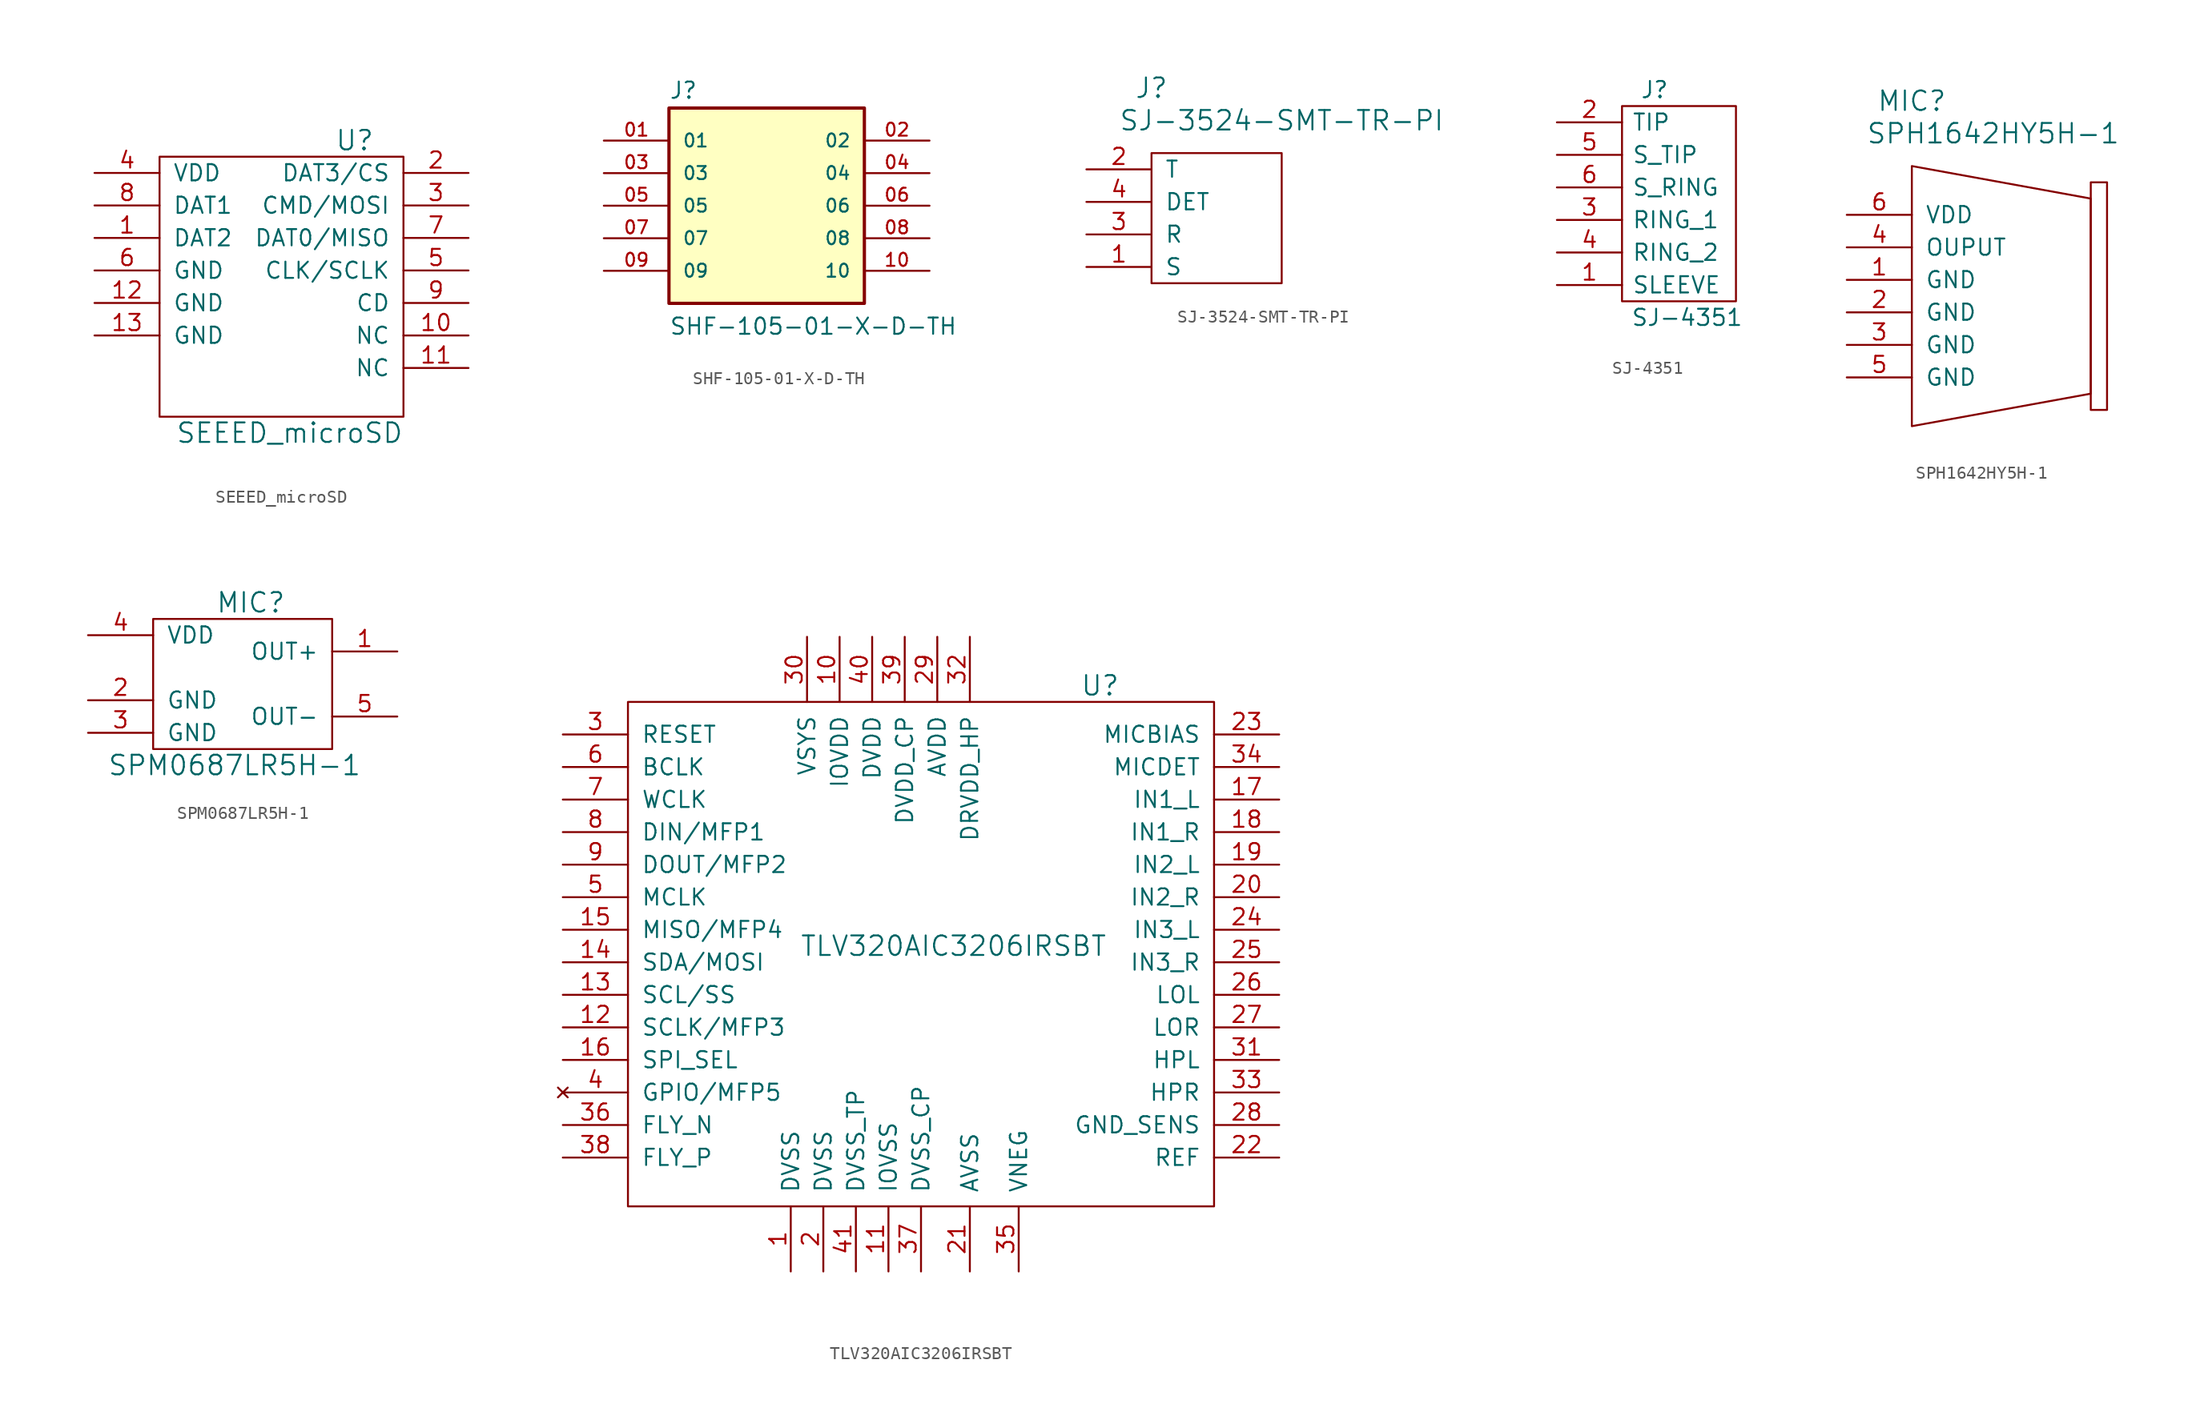
<source format=kicad_sym>
(kicad_symbol_lib
  (version 20220914)
  (generator kicad_symbol_editor)
  (symbol "SEEED_microSD"
    (pin_names
      (offset 1.016))
    (property "Reference" "U"
      (at 2.54 11.43 0)
      (effects (font (size 1.524 1.524))))
    (property "Value" "SEEED_microSD"
      (at -2.54 -11.43 0)
      (effects (font (size 1.524 1.524))))
    (property "Footprint" ""
      (at 6.35 15.24 0)
      (effects (font (size 1.524 1.524))))
    (property "Datasheet" ""
      (at 6.35 15.24 0)
      (effects (font (size 1.524 1.524))))
    (symbol "SEEED_microSD_0_1"
      (rectangle (start -12.7 10.16) (end 6.35 -10.16) (stroke (width 0) (type solid)) (fill (type none))))
    (symbol "SEEED_microSD_1_1"
      (pin input line (at -17.78 3.81 0) (length 5.08) (name "DAT2" (effects (font (size 1.27 1.27)))) (number "1" (effects (font (size 1.27 1.27)))))
      (pin input line (at 11.43 -3.81 180) (length 5.08) (name "NC" (effects (font (size 1.27 1.27)))) (number "10" (effects (font (size 1.27 1.27)))))
      (pin input line (at 11.43 -6.35 180) (length 5.08) (name "NC" (effects (font (size 1.27 1.27)))) (number "11" (effects (font (size 1.27 1.27)))))
      (pin input line (at -17.78 -1.27 0) (length 5.08) (name "GND" (effects (font (size 1.27 1.27)))) (number "12" (effects (font (size 1.27 1.27)))))
      (pin input line (at -17.78 -3.81 0) (length 5.08) (name "GND" (effects (font (size 1.27 1.27)))) (number "13" (effects (font (size 1.27 1.27)))))
      (pin input line (at 11.43 8.89 180) (length 5.08) (name "DAT3/CS" (effects (font (size 1.27 1.27)))) (number "2" (effects (font (size 1.27 1.27)))))
      (pin input line (at 11.43 6.35 180) (length 5.08) (name "CMD/MOSI" (effects (font (size 1.27 1.27)))) (number "3" (effects (font (size 1.27 1.27)))))
      (pin input line (at -17.78 8.89 0) (length 5.08) (name "VDD" (effects (font (size 1.27 1.27)))) (number "4" (effects (font (size 1.27 1.27)))))
      (pin input line (at 11.43 1.27 180) (length 5.08) (name "CLK/SCLK" (effects (font (size 1.27 1.27)))) (number "5" (effects (font (size 1.27 1.27)))))
      (pin input line (at -17.78 1.27 0) (length 5.08) (name "GND" (effects (font (size 1.27 1.27)))) (number "6" (effects (font (size 1.27 1.27)))))
      (pin input line (at 11.43 3.81 180) (length 5.08) (name "DAT0/MISO" (effects (font (size 1.27 1.27)))) (number "7" (effects (font (size 1.27 1.27)))))
      (pin input line (at -17.78 6.35 0) (length 5.08) (name "DAT1" (effects (font (size 1.27 1.27)))) (number "8" (effects (font (size 1.27 1.27)))))
      (pin input line (at 11.43 -1.27 180) (length 5.08) (name "CD" (effects (font (size 1.27 1.27)))) (number "9" (effects (font (size 1.27 1.27)))))))
  (symbol "SHF-105-01-X-D-TH"
    (pin_names
      (offset 1.016))
    (property "Reference" "J"
      (at -7.62 8.255 0)
      (effects (font (size 1.27 1.27)) (justify left bottom)))
    (property "Value" "SHF-105-01-X-D-TH"
      (at -7.62 -10.16 0)
      (effects (font (size 1.27 1.27)) (justify left bottom)))
    (symbol "SHF-105-01-X-D-TH_0_0"
      (rectangle (start -7.62 -7.62) (end 7.62 7.62) (stroke (width 0.254) (type default)) (fill (type background)))
      (pin passive line (at -12.7 5.08 0) (length 5.08) (name "01" (effects (font (size 1.016 1.016)))) (number "01" (effects (font (size 1.016 1.016)))))
      (pin passive line (at 12.7 5.08 180) (length 5.08) (name "02" (effects (font (size 1.016 1.016)))) (number "02" (effects (font (size 1.016 1.016)))))
      (pin passive line (at -12.7 2.54 0) (length 5.08) (name "03" (effects (font (size 1.016 1.016)))) (number "03" (effects (font (size 1.016 1.016)))))
      (pin passive line (at 12.7 2.54 180) (length 5.08) (name "04" (effects (font (size 1.016 1.016)))) (number "04" (effects (font (size 1.016 1.016)))))
      (pin passive line (at -12.7 0 0) (length 5.08) (name "05" (effects (font (size 1.016 1.016)))) (number "05" (effects (font (size 1.016 1.016)))))
      (pin passive line (at 12.7 0 180) (length 5.08) (name "06" (effects (font (size 1.016 1.016)))) (number "06" (effects (font (size 1.016 1.016)))))
      (pin passive line (at -12.7 -2.54 0) (length 5.08) (name "07" (effects (font (size 1.016 1.016)))) (number "07" (effects (font (size 1.016 1.016)))))
      (pin passive line (at 12.7 -2.54 180) (length 5.08) (name "08" (effects (font (size 1.016 1.016)))) (number "08" (effects (font (size 1.016 1.016)))))
      (pin passive line (at -12.7 -5.08 0) (length 5.08) (name "09" (effects (font (size 1.016 1.016)))) (number "09" (effects (font (size 1.016 1.016)))))
      (pin passive line (at 12.7 -5.08 180) (length 5.08) (name "10" (effects (font (size 1.016 1.016)))) (number "10" (effects (font (size 1.016 1.016)))))))
  (symbol "SJ-3524-SMT-TR-PI"
    (pin_names
      (offset 1.016))
    (property "Reference" "J"
      (at -10.16 11.43 0)
      (effects (font (size 1.524 1.524))))
    (property "Value" "SJ-3524-SMT-TR-PI"
      (at 0 8.89 0)
      (effects (font (size 1.524 1.524))))
    (property "Footprint" ""
      (at 0 0 0)
      (effects (font (size 1.524 1.524))))
    (property "Datasheet" ""
      (at 0 0 0)
      (effects (font (size 1.524 1.524))))
    (symbol "SJ-3524-SMT-TR-PI_0_1"
      (rectangle (start -10.16 6.35) (end 0 -3.81) (stroke (width 0) (type solid)) (fill (type none))))
    (symbol "SJ-3524-SMT-TR-PI_1_1"
      (pin input line (at -15.24 -2.54 0) (length 5.08) (name "S" (effects (font (size 1.27 1.27)))) (number "1" (effects (font (size 1.27 1.27)))))
      (pin input line (at -15.24 5.08 0) (length 5.08) (name "T" (effects (font (size 1.27 1.27)))) (number "2" (effects (font (size 1.27 1.27)))))
      (pin input line (at -15.24 0 0) (length 5.08) (name "R" (effects (font (size 1.27 1.27)))) (number "3" (effects (font (size 1.27 1.27)))))
      (pin input line (at -15.24 2.54 0) (length 5.08) (name "DET" (effects (font (size 1.27 1.27)))) (number "4" (effects (font (size 1.27 1.27)))))))
  (symbol "SJ-4351"
    (pin_names
      (offset 0.762))
    (property "Reference" "J"
      (at 1.27 7.62 0)
      (effects (font (size 1.27 1.27))))
    (property "Value" "SJ-4351"
      (at 3.81 -10.16 0)
      (effects (font (size 1.27 1.27))))
    (symbol "SJ-4351_0_1"
      (rectangle (start 7.62 -8.89) (end -1.27 6.35) (stroke (width 0) (type solid)) (fill (type none))))
    (symbol "SJ-4351_1_1"
      (pin input line (at -6.35 -7.62 0) (length 5.08) (name "SLEEVE" (effects (font (size 1.27 1.27)))) (number "1" (effects (font (size 1.27 1.27)))))
      (pin input line (at -6.35 5.08 0) (length 5.08) (name "TIP" (effects (font (size 1.27 1.27)))) (number "2" (effects (font (size 1.27 1.27)))))
      (pin input line (at -6.35 -2.54 0) (length 5.08) (name "RING_1" (effects (font (size 1.27 1.27)))) (number "3" (effects (font (size 1.27 1.27)))))
      (pin input line (at -6.35 -5.08 0) (length 5.08) (name "RING_2" (effects (font (size 1.27 1.27)))) (number "4" (effects (font (size 1.27 1.27)))))
      (pin input line (at -6.35 2.54 0) (length 5.08) (name "S_TIP" (effects (font (size 1.27 1.27)))) (number "5" (effects (font (size 1.27 1.27)))))
      (pin input line (at -6.35 0 0) (length 5.08) (name "S_RING" (effects (font (size 1.27 1.27)))) (number "6" (effects (font (size 1.27 1.27)))))))
  (symbol "SPH1642HY5H-1"
    (pin_names
      (offset 1.016))
    (property "Reference" "MIC"
      (at -5.08 13.97 0)
      (effects (font (size 1.524 1.524))))
    (property "Value" "SPH1642HY5H-1"
      (at 1.27 11.43 0)
      (effects (font (size 1.524 1.524))))
    (property "Footprint" ""
      (at 0 0 0)
      (effects (font (size 1.524 1.524))))
    (property "Datasheet" ""
      (at 0 0 0)
      (effects (font (size 1.524 1.524))))
    (symbol "SPH1642HY5H-1_0_1"
      (polyline (pts (xy -5.08 7.62) (xy -5.08 -11.43) (xy 8.89 -8.89) (xy 8.89 6.35) (xy -5.08 8.89) (xy -5.08 7.62)) (stroke (width 0) (type solid)) (fill (type none)))
      (polyline (pts (xy 8.89 7.62) (xy 10.16 7.62) (xy 10.16 -10.16) (xy 8.89 -10.16) (xy 8.89 -8.89) (xy 8.89 7.62)) (stroke (width 0) (type solid)) (fill (type none))))
    (symbol "SPH1642HY5H-1_1_1"
      (pin input line (at -10.16 0 0) (length 5.08) (name "GND" (effects (font (size 1.27 1.27)))) (number "1" (effects (font (size 1.27 1.27)))))
      (pin input line (at -10.16 -2.54 0) (length 5.08) (name "GND" (effects (font (size 1.27 1.27)))) (number "2" (effects (font (size 1.27 1.27)))))
      (pin input line (at -10.16 -5.08 0) (length 5.08) (name "GND" (effects (font (size 1.27 1.27)))) (number "3" (effects (font (size 1.27 1.27)))))
      (pin input line (at -10.16 2.54 0) (length 5.08) (name "OUPUT" (effects (font (size 1.27 1.27)))) (number "4" (effects (font (size 1.27 1.27)))))
      (pin input line (at -10.16 -7.62 0) (length 5.08) (name "GND" (effects (font (size 1.27 1.27)))) (number "5" (effects (font (size 1.27 1.27)))))
      (pin input line (at -10.16 5.08 0) (length 5.08) (name "VDD" (effects (font (size 1.27 1.27)))) (number "6" (effects (font (size 1.27 1.27)))))))
  (symbol "SPM0687LR5H-1"
    (pin_names
      (offset 1.016))
    (property "Reference" "MIC"
      (at 2.54 7.62 0)
      (effects (font (size 1.524 1.524))))
    (property "Value" "SPM0687LR5H-1"
      (at 1.27 -5.08 0)
      (effects (font (size 1.524 1.524))))
    (property "Footprint" ""
      (at 0 0 0)
      (effects (font (size 1.524 1.524))))
    (property "Datasheet" ""
      (at 0 0 0)
      (effects (font (size 1.524 1.524))))
    (symbol "SPM0687LR5H-1_0_1"
      (rectangle (start -5.08 6.35) (end 8.89 -3.81) (stroke (width 0) (type solid)) (fill (type none))))
    (symbol "SPM0687LR5H-1_1_1"
      (pin input line (at 13.97 3.81 180) (length 5.08) (name "OUT+" (effects (font (size 1.27 1.27)))) (number "1" (effects (font (size 1.27 1.27)))))
      (pin input line (at -10.16 0 0) (length 5.08) (name "GND" (effects (font (size 1.27 1.27)))) (number "2" (effects (font (size 1.27 1.27)))))
      (pin input line (at -10.16 -2.54 0) (length 5.08) (name "GND" (effects (font (size 1.27 1.27)))) (number "3" (effects (font (size 1.27 1.27)))))
      (pin input line (at -10.16 5.08 0) (length 5.08) (name "VDD" (effects (font (size 1.27 1.27)))) (number "4" (effects (font (size 1.27 1.27)))))
      (pin input line (at 13.97 -1.27 180) (length 5.08) (name "OUT-" (effects (font (size 1.27 1.27)))) (number "5" (effects (font (size 1.27 1.27)))))))
  (symbol "TLV320AIC3206IRSBT"
    (pin_names
      (offset 1.016))
    (property "Reference" "U"
      (at 13.97 21.59 0)
      (effects (font (size 1.524 1.524))))
    (property "Value" "TLV320AIC3206IRSBT"
      (at 2.54 1.27 0)
      (effects (font (size 1.524 1.524))))
    (symbol "TLV320AIC3206IRSBT_0_1"
      (rectangle (start -22.86 20.32) (end 22.86 -19.05) (stroke (width 0) (type solid)) (fill (type none))))
    (symbol "TLV320AIC3206IRSBT_1_1"
      (pin power_out line (at -10.16 -24.13 90) (length 5.08) (name "DVSS" (effects (font (size 1.27 1.27)))) (number "1" (effects (font (size 1.27 1.27)))))
      (pin power_out line (at -6.35 25.4 270) (length 5.08) (name "IOVDD" (effects (font (size 1.27 1.27)))) (number "10" (effects (font (size 1.27 1.27)))))
      (pin power_out line (at -2.54 -24.13 90) (length 5.08) (name "IOVSS" (effects (font (size 1.27 1.27)))) (number "11" (effects (font (size 1.27 1.27)))))
      (pin input line (at -27.94 -5.08 0) (length 5.08) (name "SCLK/MFP3" (effects (font (size 1.27 1.27)))) (number "12" (effects (font (size 1.27 1.27)))))
      (pin input line (at -27.94 -2.54 0) (length 5.08) (name "SCL/SS" (effects (font (size 1.27 1.27)))) (number "13" (effects (font (size 1.27 1.27)))))
      (pin input line (at -27.94 0 0) (length 5.08) (name "SDA/MOSI" (effects (font (size 1.27 1.27)))) (number "14" (effects (font (size 1.27 1.27)))))
      (pin input line (at -27.94 2.54 0) (length 5.08) (name "MISO/MFP4" (effects (font (size 1.27 1.27)))) (number "15" (effects (font (size 1.27 1.27)))))
      (pin input line (at -27.94 -7.62 0) (length 5.08) (name "SPI_SEL" (effects (font (size 1.27 1.27)))) (number "16" (effects (font (size 1.27 1.27)))))
      (pin power_out line (at 27.94 12.7 180) (length 5.08) (name "IN1_L" (effects (font (size 1.27 1.27)))) (number "17" (effects (font (size 1.27 1.27)))))
      (pin power_out line (at 27.94 10.16 180) (length 5.08) (name "IN1_R" (effects (font (size 1.27 1.27)))) (number "18" (effects (font (size 1.27 1.27)))))
      (pin power_out line (at 27.94 7.62 180) (length 5.08) (name "IN2_L" (effects (font (size 1.27 1.27)))) (number "19" (effects (font (size 1.27 1.27)))))
      (pin power_out line (at -7.62 -24.13 90) (length 5.08) (name "DVSS" (effects (font (size 1.27 1.27)))) (number "2" (effects (font (size 1.27 1.27)))))
      (pin power_out line (at 27.94 5.08 180) (length 5.08) (name "IN2_R" (effects (font (size 1.27 1.27)))) (number "20" (effects (font (size 1.27 1.27)))))
      (pin power_out line (at 3.81 -24.13 90) (length 5.08) (name "AVSS" (effects (font (size 1.27 1.27)))) (number "21" (effects (font (size 1.27 1.27)))))
      (pin power_out line (at 27.94 -15.24 180) (length 5.08) (name "REF" (effects (font (size 1.27 1.27)))) (number "22" (effects (font (size 1.27 1.27)))))
      (pin power_out line (at 27.94 17.78 180) (length 5.08) (name "MICBIAS" (effects (font (size 1.27 1.27)))) (number "23" (effects (font (size 1.27 1.27)))))
      (pin power_out line (at 27.94 2.54 180) (length 5.08) (name "IN3_L" (effects (font (size 1.27 1.27)))) (number "24" (effects (font (size 1.27 1.27)))))
      (pin power_out line (at 27.94 0 180) (length 5.08) (name "IN3_R" (effects (font (size 1.27 1.27)))) (number "25" (effects (font (size 1.27 1.27)))))
      (pin power_out line (at 27.94 -2.54 180) (length 5.08) (name "LOL" (effects (font (size 1.27 1.27)))) (number "26" (effects (font (size 1.27 1.27)))))
      (pin power_out line (at 27.94 -5.08 180) (length 5.08) (name "LOR" (effects (font (size 1.27 1.27)))) (number "27" (effects (font (size 1.27 1.27)))))
      (pin power_out line (at 27.94 -12.7 180) (length 5.08) (name "GND_SENS" (effects (font (size 1.27 1.27)))) (number "28" (effects (font (size 1.27 1.27)))))
      (pin power_out line (at 1.27 25.4 270) (length 5.08) (name "AVDD" (effects (font (size 1.27 1.27)))) (number "29" (effects (font (size 1.27 1.27)))))
      (pin input line (at -27.94 17.78 0) (length 5.08) (name "RESET" (effects (font (size 1.27 1.27)))) (number "3" (effects (font (size 1.27 1.27)))))
      (pin power_out line (at -8.89 25.4 270) (length 5.08) (name "VSYS" (effects (font (size 1.27 1.27)))) (number "30" (effects (font (size 1.27 1.27)))))
      (pin power_out line (at 27.94 -7.62 180) (length 5.08) (name "HPL" (effects (font (size 1.27 1.27)))) (number "31" (effects (font (size 1.27 1.27)))))
      (pin power_out line (at 3.81 25.4 270) (length 5.08) (name "DRVDD_HP" (effects (font (size 1.27 1.27)))) (number "32" (effects (font (size 1.27 1.27)))))
      (pin power_out line (at 27.94 -10.16 180) (length 5.08) (name "HPR" (effects (font (size 1.27 1.27)))) (number "33" (effects (font (size 1.27 1.27)))))
      (pin power_out line (at 27.94 15.24 180) (length 5.08) (name "MICDET" (effects (font (size 1.27 1.27)))) (number "34" (effects (font (size 1.27 1.27)))))
      (pin power_out line (at 7.62 -24.13 90) (length 5.08) (name "VNEG" (effects (font (size 1.27 1.27)))) (number "35" (effects (font (size 1.27 1.27)))))
      (pin input line (at -27.94 -12.7 0) (length 5.08) (name "FLY_N" (effects (font (size 1.27 1.27)))) (number "36" (effects (font (size 1.27 1.27)))))
      (pin power_out line (at 0 -24.13 90) (length 5.08) (name "DVSS_CP" (effects (font (size 1.27 1.27)))) (number "37" (effects (font (size 1.27 1.27)))))
      (pin input line (at -27.94 -15.24 0) (length 5.08) (name "FLY_P" (effects (font (size 1.27 1.27)))) (number "38" (effects (font (size 1.27 1.27)))))
      (pin power_out line (at -1.27 25.4 270) (length 5.08) (name "DVDD_CP" (effects (font (size 1.27 1.27)))) (number "39" (effects (font (size 1.27 1.27)))))
      (pin no_connect line (at -27.94 -10.16 0) (length 5.08) (name "GPIO/MFP5" (effects (font (size 1.27 1.27)))) (number "4" (effects (font (size 1.27 1.27)))))
      (pin power_out line (at -3.81 25.4 270) (length 5.08) (name "DVDD" (effects (font (size 1.27 1.27)))) (number "40" (effects (font (size 1.27 1.27)))))
      (pin power_out line (at -5.08 -24.13 90) (length 5.08) (name "DVSS_TP" (effects (font (size 1.27 1.27)))) (number "41" (effects (font (size 1.27 1.27)))))
      (pin input line (at -27.94 5.08 0) (length 5.08) (name "MCLK" (effects (font (size 1.27 1.27)))) (number "5" (effects (font (size 1.27 1.27)))))
      (pin input line (at -27.94 15.24 0) (length 5.08) (name "BCLK" (effects (font (size 1.27 1.27)))) (number "6" (effects (font (size 1.27 1.27)))))
      (pin input line (at -27.94 12.7 0) (length 5.08) (name "WCLK" (effects (font (size 1.27 1.27)))) (number "7" (effects (font (size 1.27 1.27)))))
      (pin input line (at -27.94 10.16 0) (length 5.08) (name "DIN/MFP1" (effects (font (size 1.27 1.27)))) (number "8" (effects (font (size 1.27 1.27)))))
      (pin input line (at -27.94 7.62 0) (length 5.08) (name "DOUT/MFP2" (effects (font (size 1.27 1.27)))) (number "9" (effects (font (size 1.27 1.27))))))))
</source>
